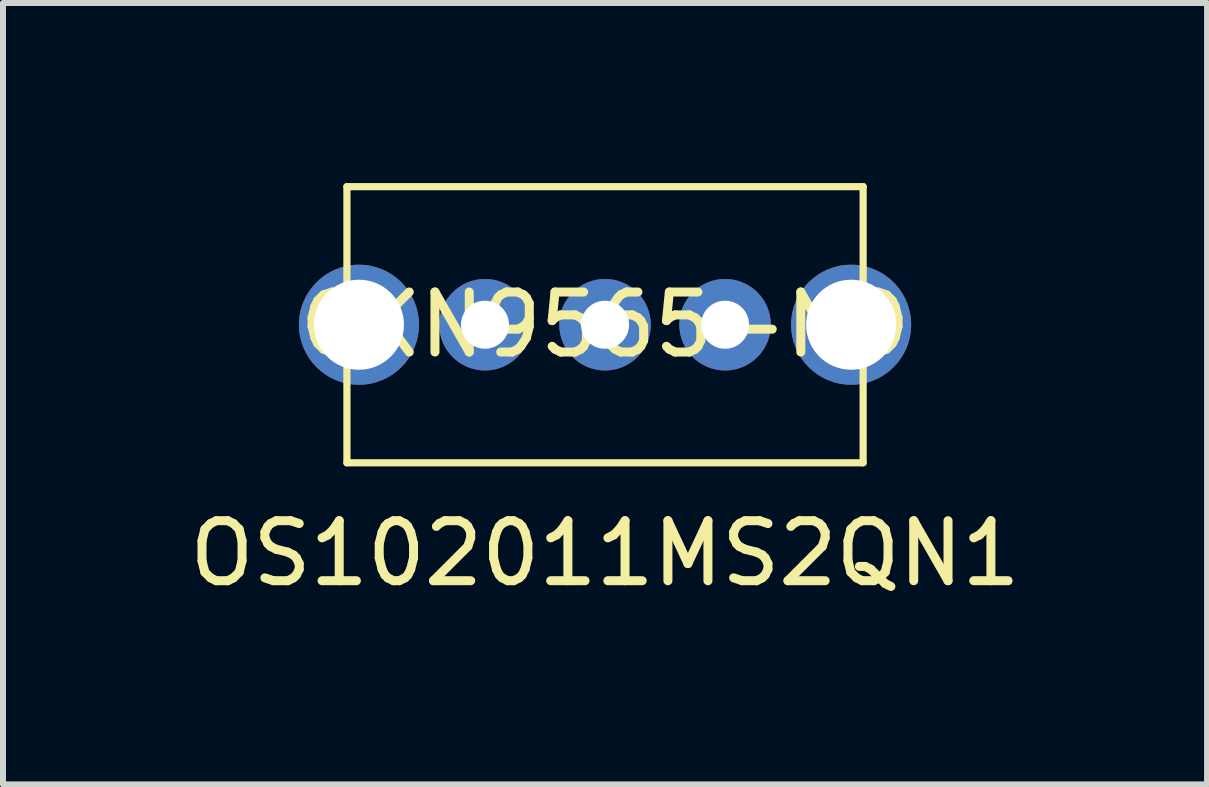
<source format=kicad_pcb>
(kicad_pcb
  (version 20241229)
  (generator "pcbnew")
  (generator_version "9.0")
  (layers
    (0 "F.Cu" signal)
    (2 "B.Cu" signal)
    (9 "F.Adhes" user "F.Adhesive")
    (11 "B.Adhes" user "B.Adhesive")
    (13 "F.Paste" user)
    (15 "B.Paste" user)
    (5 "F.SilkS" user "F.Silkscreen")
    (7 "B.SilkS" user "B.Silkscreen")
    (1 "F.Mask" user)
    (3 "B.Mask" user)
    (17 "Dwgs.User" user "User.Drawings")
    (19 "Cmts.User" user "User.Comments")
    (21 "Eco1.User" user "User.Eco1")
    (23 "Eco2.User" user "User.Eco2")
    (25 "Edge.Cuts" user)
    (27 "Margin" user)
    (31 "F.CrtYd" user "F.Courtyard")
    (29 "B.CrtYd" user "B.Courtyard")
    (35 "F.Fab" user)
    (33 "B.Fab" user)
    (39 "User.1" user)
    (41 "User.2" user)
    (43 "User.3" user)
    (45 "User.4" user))
  (footprint "OS102011MS2QN1"
    (layer "F.Cu")
    (at 7.03 2.36)
    (property "Reference" "OS102011MS2QN1" (at 0 3.81 0) (layer "F.SilkS") (effects (font (size 1 1) (thickness 0.15))))
    (attr through_hole)
    (fp_line (start -4.3 -2.3) (end 4.3 -2.3) (stroke (width 0.12) (type solid)) (layer "F.SilkS"))
    (fp_line (start -4.3 2.3) (end -4.3 -2.3) (stroke (width 0.12) (type solid)) (layer "F.SilkS"))
    (fp_line (start -4.3 2.3) (end 4.3 2.3) (stroke (width 0.12) (type solid)) (layer "F.SilkS"))
    (fp_line (start 4.3 2.3) (end 4.3 -2.3) (stroke (width 0.12) (type solid)) (layer "F.SilkS"))
    (fp_text user "CKN9565-ND" (at 0 0 0) (layer "F.SilkS") (effects (font (size 1 1) (thickness 0.15))))
    (pad "" thru_hole circle (at -4.1 0) (size 2 2) (drill 1.5) (layers "*.Cu" "*.Mask"))
    (pad "" thru_hole circle (at 4.1 0) (size 2 2) (drill 1.5) (layers "*.Cu" "*.Mask"))
    (pad "1" thru_hole circle (at -2 0) (size 1.524 1.524) (drill 0.8) (layers "*.Cu" "*.Mask"))
    (pad "2" thru_hole circle (at 0 0) (size 1.524 1.524) (drill 0.8) (layers "*.Cu" "*.Mask"))
    (pad "3" thru_hole circle (at 2 0) (size 1.524 1.524) (drill 0.8) (layers "*.Cu" "*.Mask")))
  (gr_rect
    (start -3 -3)
    (end 17.06 10.018)
    (stroke (width 0.1) (type default))
    (fill no)
    (layer "Edge.Cuts")))
</source>
